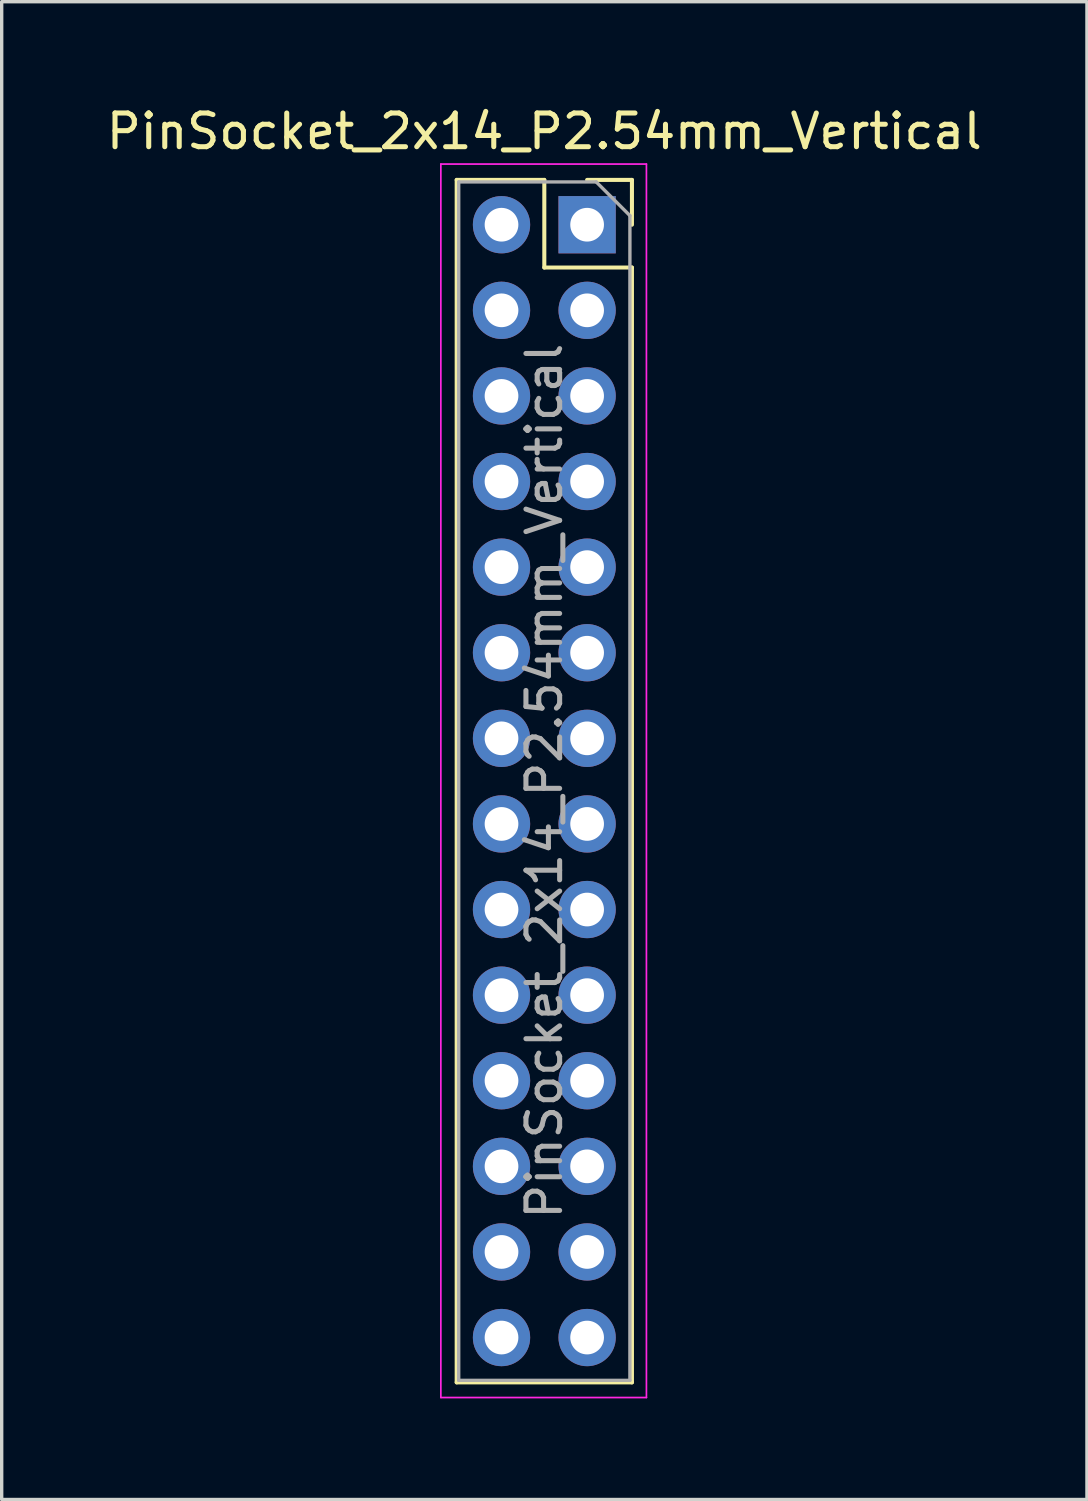
<source format=kicad_pcb>
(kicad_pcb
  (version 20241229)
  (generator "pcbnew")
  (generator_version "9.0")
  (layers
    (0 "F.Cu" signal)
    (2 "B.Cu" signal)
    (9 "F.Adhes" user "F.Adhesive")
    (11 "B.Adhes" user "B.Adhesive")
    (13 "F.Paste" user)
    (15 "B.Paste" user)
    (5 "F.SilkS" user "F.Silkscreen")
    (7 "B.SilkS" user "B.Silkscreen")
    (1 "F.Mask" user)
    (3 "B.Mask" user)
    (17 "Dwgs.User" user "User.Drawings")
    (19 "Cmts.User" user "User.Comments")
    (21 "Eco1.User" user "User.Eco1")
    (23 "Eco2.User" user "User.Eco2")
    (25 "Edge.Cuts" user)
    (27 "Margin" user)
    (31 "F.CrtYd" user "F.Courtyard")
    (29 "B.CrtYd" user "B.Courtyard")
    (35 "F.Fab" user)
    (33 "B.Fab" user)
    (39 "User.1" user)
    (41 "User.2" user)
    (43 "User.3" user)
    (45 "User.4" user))
  (footprint "PinSocket_2x14_P2.54mm_Vertical"
    (layer "F.Cu")
    (at 14.371 3.618)
    (property "Reference" "PinSocket_2x14_P2.54mm_Vertical" (at -1.27 -2.77 0) (layer "F.SilkS") (effects (font (size 1 1) (thickness 0.15))))
    (attr through_hole)
    (fp_line (start -3.87 -1.33) (end -3.87 34.35) (stroke (width 0.12) (type solid)) (layer "F.SilkS"))
    (fp_line (start -3.87 -1.33) (end -1.27 -1.33) (stroke (width 0.12) (type solid)) (layer "F.SilkS"))
    (fp_line (start -3.87 34.35) (end 1.33 34.35) (stroke (width 0.12) (type solid)) (layer "F.SilkS"))
    (fp_line (start -1.27 -1.33) (end -1.27 1.27) (stroke (width 0.12) (type solid)) (layer "F.SilkS"))
    (fp_line (start -1.27 1.27) (end 1.33 1.27) (stroke (width 0.12) (type solid)) (layer "F.SilkS"))
    (fp_line (start 0 -1.33) (end 1.33 -1.33) (stroke (width 0.12) (type solid)) (layer "F.SilkS"))
    (fp_line (start 1.33 -1.33) (end 1.33 0) (stroke (width 0.12) (type solid)) (layer "F.SilkS"))
    (fp_line (start 1.33 1.27) (end 1.33 34.35) (stroke (width 0.12) (type solid)) (layer "F.SilkS"))
    (fp_line (start -4.34 -1.8) (end 1.76 -1.8) (stroke (width 0.05) (type solid)) (layer "F.CrtYd"))
    (fp_line (start -4.34 34.8) (end -4.34 -1.8) (stroke (width 0.05) (type solid)) (layer "F.CrtYd"))
    (fp_line (start 1.76 -1.8) (end 1.76 34.8) (stroke (width 0.05) (type solid)) (layer "F.CrtYd"))
    (fp_line (start 1.76 34.8) (end -4.34 34.8) (stroke (width 0.05) (type solid)) (layer "F.CrtYd"))
    (fp_line (start -3.81 -1.27) (end 0.27 -1.27) (stroke (width 0.1) (type solid)) (layer "F.Fab"))
    (fp_line (start -3.81 34.29) (end -3.81 -1.27) (stroke (width 0.1) (type solid)) (layer "F.Fab"))
    (fp_line (start 0.27 -1.27) (end 1.27 -0.27) (stroke (width 0.1) (type solid)) (layer "F.Fab"))
    (fp_line (start 1.27 -0.27) (end 1.27 34.29) (stroke (width 0.1) (type solid)) (layer "F.Fab"))
    (fp_line (start 1.27 34.29) (end -3.81 34.29) (stroke (width 0.1) (type solid)) (layer "F.Fab"))
    (fp_text user "${REFERENCE}" (at -1.27 16.51 90) (layer "F.Fab") (effects (font (size 1 1) (thickness 0.15))))
    (pad "1" thru_hole rect (at 0 0) (size 1.7 1.7) (drill 1) (layers "*.Cu" "*.Mask"))
    (pad "2" thru_hole circle (at -2.54 0) (size 1.7 1.7) (drill 1) (layers "*.Cu" "*.Mask"))
    (pad "3" thru_hole circle (at 0 2.54) (size 1.7 1.7) (drill 1) (layers "*.Cu" "*.Mask"))
    (pad "4" thru_hole circle (at -2.54 2.54) (size 1.7 1.7) (drill 1) (layers "*.Cu" "*.Mask"))
    (pad "5" thru_hole circle (at 0 5.08) (size 1.7 1.7) (drill 1) (layers "*.Cu" "*.Mask"))
    (pad "6" thru_hole circle (at -2.54 5.08) (size 1.7 1.7) (drill 1) (layers "*.Cu" "*.Mask"))
    (pad "7" thru_hole circle (at 0 7.62) (size 1.7 1.7) (drill 1) (layers "*.Cu" "*.Mask"))
    (pad "8" thru_hole circle (at -2.54 7.62) (size 1.7 1.7) (drill 1) (layers "*.Cu" "*.Mask"))
    (pad "9" thru_hole circle (at 0 10.16) (size 1.7 1.7) (drill 1) (layers "*.Cu" "*.Mask"))
    (pad "10" thru_hole circle (at -2.54 10.16) (size 1.7 1.7) (drill 1) (layers "*.Cu" "*.Mask"))
    (pad "11" thru_hole circle (at 0 12.7) (size 1.7 1.7) (drill 1) (layers "*.Cu" "*.Mask"))
    (pad "12" thru_hole circle (at -2.54 12.7) (size 1.7 1.7) (drill 1) (layers "*.Cu" "*.Mask"))
    (pad "13" thru_hole circle (at 0 15.24) (size 1.7 1.7) (drill 1) (layers "*.Cu" "*.Mask"))
    (pad "14" thru_hole circle (at -2.54 15.24) (size 1.7 1.7) (drill 1) (layers "*.Cu" "*.Mask"))
    (pad "15" thru_hole circle (at 0 17.78) (size 1.7 1.7) (drill 1) (layers "*.Cu" "*.Mask"))
    (pad "16" thru_hole circle (at -2.54 17.78) (size 1.7 1.7) (drill 1) (layers "*.Cu" "*.Mask"))
    (pad "17" thru_hole circle (at 0 20.32) (size 1.7 1.7) (drill 1) (layers "*.Cu" "*.Mask"))
    (pad "18" thru_hole circle (at -2.54 20.32) (size 1.7 1.7) (drill 1) (layers "*.Cu" "*.Mask"))
    (pad "19" thru_hole circle (at 0 22.86) (size 1.7 1.7) (drill 1) (layers "*.Cu" "*.Mask"))
    (pad "20" thru_hole circle (at -2.54 22.86) (size 1.7 1.7) (drill 1) (layers "*.Cu" "*.Mask"))
    (pad "21" thru_hole circle (at 0 25.4) (size 1.7 1.7) (drill 1) (layers "*.Cu" "*.Mask"))
    (pad "22" thru_hole circle (at -2.54 25.4) (size 1.7 1.7) (drill 1) (layers "*.Cu" "*.Mask"))
    (pad "23" thru_hole circle (at 0 27.94) (size 1.7 1.7) (drill 1) (layers "*.Cu" "*.Mask"))
    (pad "24" thru_hole circle (at -2.54 27.94) (size 1.7 1.7) (drill 1) (layers "*.Cu" "*.Mask"))
    (pad "25" thru_hole circle (at 0 30.48) (size 1.7 1.7) (drill 1) (layers "*.Cu" "*.Mask"))
    (pad "26" thru_hole circle (at -2.54 30.48) (size 1.7 1.7) (drill 1) (layers "*.Cu" "*.Mask"))
    (pad "27" thru_hole circle (at 0 33.02) (size 1.7 1.7) (drill 1) (layers "*.Cu" "*.Mask"))
    (pad "28" thru_hole circle (at -2.54 33.02) (size 1.7 1.7) (drill 1) (layers "*.Cu" "*.Mask")))
  (gr_rect
    (start -3 -3)
    (end 29.202 41.443)
    (stroke (width 0.1) (type default))
    (fill no)
    (layer "Edge.Cuts")))
</source>
